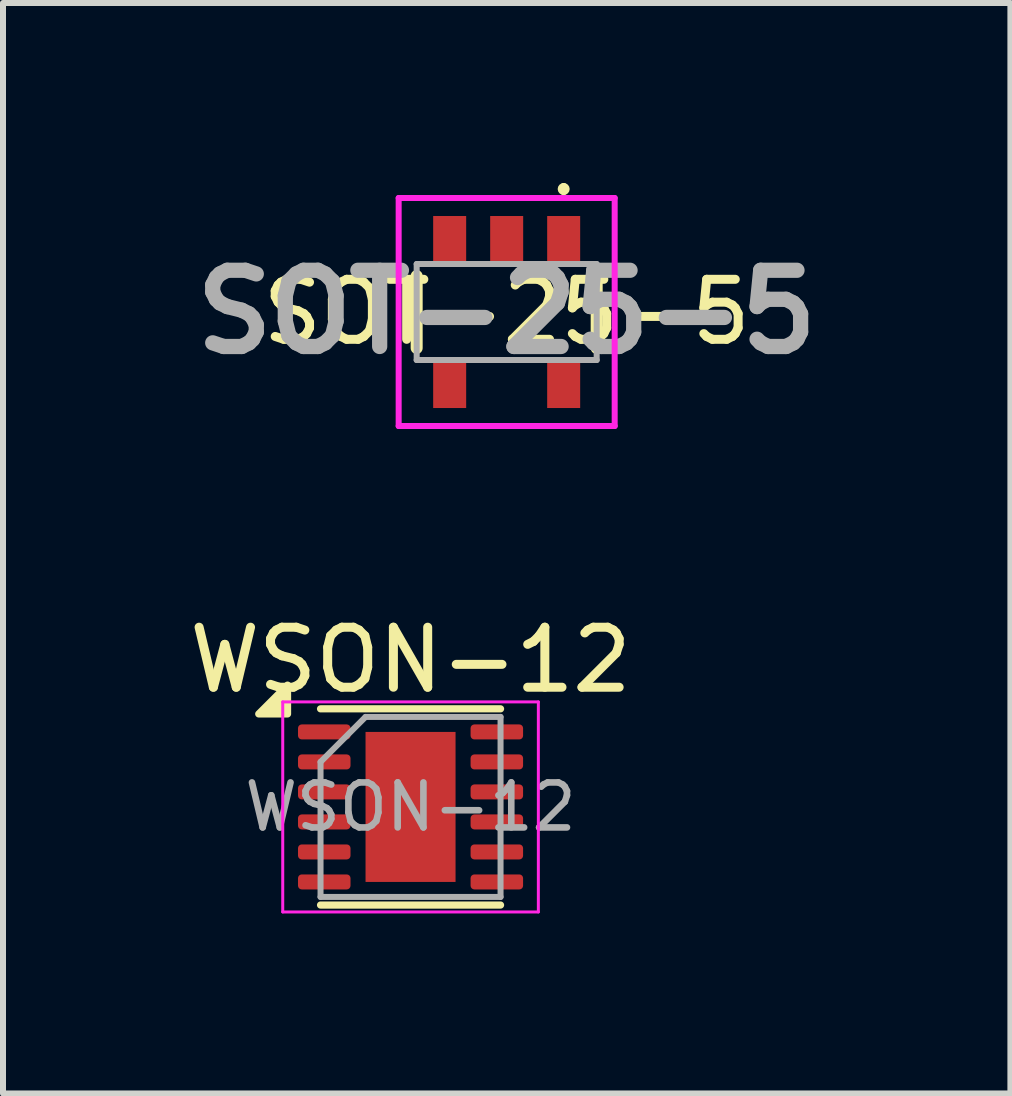
<source format=kicad_pcb>
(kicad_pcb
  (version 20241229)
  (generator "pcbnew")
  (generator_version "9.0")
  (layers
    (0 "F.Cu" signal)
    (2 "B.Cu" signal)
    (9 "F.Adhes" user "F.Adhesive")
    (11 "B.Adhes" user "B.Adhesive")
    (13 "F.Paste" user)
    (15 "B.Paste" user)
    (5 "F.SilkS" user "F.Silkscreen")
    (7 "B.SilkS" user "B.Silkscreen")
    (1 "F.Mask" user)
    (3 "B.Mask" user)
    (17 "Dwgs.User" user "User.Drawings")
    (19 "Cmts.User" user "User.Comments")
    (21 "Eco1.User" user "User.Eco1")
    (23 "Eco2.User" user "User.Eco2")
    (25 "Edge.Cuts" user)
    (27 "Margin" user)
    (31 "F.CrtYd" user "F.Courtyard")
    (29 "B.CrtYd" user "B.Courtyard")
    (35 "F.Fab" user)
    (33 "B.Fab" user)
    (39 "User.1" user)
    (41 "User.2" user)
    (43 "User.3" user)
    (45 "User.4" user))
  (footprint "SOT-25-5"
    (layer "F.Cu")
    (at 5.394 2.15)
    (property "Reference" "SOT-25-5" (at 0 0 0) (layer "F.SilkS") (effects (font (size 1 1) (thickness 0.15))))
    (attr smd)
    (fp_line (start -1.5 -0.6) (end -1.5 0.6) (stroke (width 0.2) (type solid)) (layer "F.SilkS"))
    (fp_line (start 0.95 -2.1) (end 0.95 -2.1) (stroke (width 0.1) (type solid)) (layer "F.SilkS"))
    (fp_line (start 0.95 -2) (end 0.95 -2) (stroke (width 0.1) (type solid)) (layer "F.SilkS"))
    (fp_line (start 1.5 -0.6) (end 1.5 0.6) (stroke (width 0.2) (type solid)) (layer "F.SilkS"))
    (fp_arc (start 0.95 -2.1) (mid 1 -2.05) (end 0.95 -2) (stroke (width 0.1) (type solid)) (layer "F.SilkS"))
    (fp_arc (start 0.95 -2) (mid 0.9 -2.05) (end 0.95 -2.1) (stroke (width 0.1) (type solid)) (layer "F.SilkS"))
    (fp_line (start -1.8 -1.9) (end 1.8 -1.9) (stroke (width 0.1) (type solid)) (layer "F.CrtYd"))
    (fp_line (start -1.8 1.9) (end -1.8 -1.9) (stroke (width 0.1) (type solid)) (layer "F.CrtYd"))
    (fp_line (start 1.8 -1.9) (end 1.8 1.9) (stroke (width 0.1) (type solid)) (layer "F.CrtYd"))
    (fp_line (start 1.8 1.9) (end -1.8 1.9) (stroke (width 0.1) (type solid)) (layer "F.CrtYd"))
    (fp_line (start -1.5 -0.8) (end 1.5 -0.8) (stroke (width 0.1) (type solid)) (layer "F.Fab"))
    (fp_line (start -1.5 0.8) (end -1.5 -0.8) (stroke (width 0.1) (type solid)) (layer "F.Fab"))
    (fp_line (start 1.5 -0.8) (end 1.5 0.8) (stroke (width 0.1) (type solid)) (layer "F.Fab"))
    (fp_line (start 1.5 0.8) (end -1.5 0.8) (stroke (width 0.1) (type solid)) (layer "F.Fab"))
    (fp_text user "${REFERENCE}" (at 0 0 0) (layer "F.Fab") (effects (font (size 1.27 1.27) (thickness 0.254))))
    (pad "1" smd rect (at 0.95 -1.2) (size 0.55 0.8) (layers "F.Cu" "F.Mask" "F.Paste"))
    (pad "2" smd rect (at 0 -1.2) (size 0.55 0.8) (layers "F.Cu" "F.Mask" "F.Paste"))
    (pad "3" smd rect (at -0.95 -1.2) (size 0.55 0.8) (layers "F.Cu" "F.Mask" "F.Paste"))
    (pad "4" smd rect (at -0.95 1.2) (size 0.55 0.8) (layers "F.Cu" "F.Mask" "F.Paste"))
    (pad "5" smd rect (at 0.95 1.2) (size 0.55 0.8) (layers "F.Cu" "F.Mask" "F.Paste")))
  (footprint "WSON-12"
    (layer "F.Cu")
    (at 3.792 10.398)
    (property "Reference" "WSON-12" (at 0 -2.45 0) (layer "F.SilkS") (effects (font (size 1 1) (thickness 0.15))))
    (attr smd)
    (fp_line (start -1.5 -1.635) (end 1.5 -1.635) (stroke (width 0.12) (type solid)) (layer "F.SilkS"))
    (fp_line (start -1.5 1.635) (end 1.5 1.635) (stroke (width 0.12) (type solid)) (layer "F.SilkS"))
    (fp_poly (pts (xy -2.05 -1.55) (xy -2.53 -1.55) (xy -2.05 -2.03) (xy -2.05 -1.55)) (stroke (width 0.12) (type solid)) (fill yes) (layer "F.SilkS"))
    (fp_line (start -2.13 -1.75) (end -2.13 1.75) (stroke (width 0.05) (type solid)) (layer "F.CrtYd"))
    (fp_line (start -2.13 1.75) (end 2.13 1.75) (stroke (width 0.05) (type solid)) (layer "F.CrtYd"))
    (fp_line (start 2.13 -1.75) (end -2.13 -1.75) (stroke (width 0.05) (type solid)) (layer "F.CrtYd"))
    (fp_line (start 2.13 1.75) (end 2.13 -1.75) (stroke (width 0.05) (type solid)) (layer "F.CrtYd"))
    (fp_line (start -1.5 -0.75) (end -0.75 -1.5) (stroke (width 0.1) (type solid)) (layer "F.Fab"))
    (fp_line (start -1.5 1.5) (end -1.5 -0.75) (stroke (width 0.1) (type solid)) (layer "F.Fab"))
    (fp_line (start -0.75 -1.5) (end 1.5 -1.5) (stroke (width 0.1) (type solid)) (layer "F.Fab"))
    (fp_line (start 1.5 -1.5) (end 1.5 1.5) (stroke (width 0.1) (type solid)) (layer "F.Fab"))
    (fp_line (start 1.5 1.5) (end -1.5 1.5) (stroke (width 0.1) (type solid)) (layer "F.Fab"))
    (fp_text user "${REFERENCE}" (at 0 0 0) (layer "F.Fab") (effects (font (size 0.75 0.75) (thickness 0.11))))
    (pad "" smd roundrect (at -0.375 -0.625) (size 0.6 1.01) (layers "F.Paste") (roundrect_rratio 0.25))
    (pad "" smd roundrect (at -0.375 0.625) (size 0.6 1.01) (layers "F.Paste") (roundrect_rratio 0.25))
    (pad "" smd roundrect (at 0.375 -0.625) (size 0.6 1.01) (layers "F.Paste") (roundrect_rratio 0.25))
    (pad "" smd roundrect (at 0.375 0.625) (size 0.6 1.01) (layers "F.Paste") (roundrect_rratio 0.25))
    (pad "1" smd roundrect (at -1.438 -1.25) (size 0.875 0.25) (layers "F.Cu" "F.Mask" "F.Paste") (roundrect_rratio 0.25))
    (pad "2" smd roundrect (at -1.438 -0.75) (size 0.875 0.25) (layers "F.Cu" "F.Mask" "F.Paste") (roundrect_rratio 0.25))
    (pad "3" smd roundrect (at -1.438 -0.25) (size 0.875 0.25) (layers "F.Cu" "F.Mask" "F.Paste") (roundrect_rratio 0.25))
    (pad "4" smd roundrect (at -1.438 0.25) (size 0.875 0.25) (layers "F.Cu" "F.Mask" "F.Paste") (roundrect_rratio 0.25))
    (pad "5" smd roundrect (at -1.438 0.75) (size 0.875 0.25) (layers "F.Cu" "F.Mask" "F.Paste") (roundrect_rratio 0.25))
    (pad "6" smd roundrect (at -1.438 1.25) (size 0.875 0.25) (layers "F.Cu" "F.Mask" "F.Paste") (roundrect_rratio 0.25))
    (pad "7" smd roundrect (at 1.438 1.25) (size 0.875 0.25) (layers "F.Cu" "F.Mask" "F.Paste") (roundrect_rratio 0.25))
    (pad "8" smd roundrect (at 1.438 0.75) (size 0.875 0.25) (layers "F.Cu" "F.Mask" "F.Paste") (roundrect_rratio 0.25))
    (pad "9" smd roundrect (at 1.438 0.25) (size 0.875 0.25) (layers "F.Cu" "F.Mask" "F.Paste") (roundrect_rratio 0.25))
    (pad "10" smd roundrect (at 1.438 -0.25) (size 0.875 0.25) (layers "F.Cu" "F.Mask" "F.Paste") (roundrect_rratio 0.25))
    (pad "11" smd roundrect (at 1.438 -0.75) (size 0.875 0.25) (layers "F.Cu" "F.Mask" "F.Paste") (roundrect_rratio 0.25))
    (pad "12" smd roundrect (at 1.438 -1.25) (size 0.875 0.25) (layers "F.Cu" "F.Mask" "F.Paste") (roundrect_rratio 0.25))
    (pad "13" smd rect (at 0 0) (size 1.5 2.5) (property pad_prop_heatsink) (layers "F.Cu" "F.Mask")))
  (gr_rect
    (start -3 -3)
    (end 13.789 15.173)
    (stroke (width 0.1) (type default))
    (fill no)
    (layer "Edge.Cuts")))
</source>
